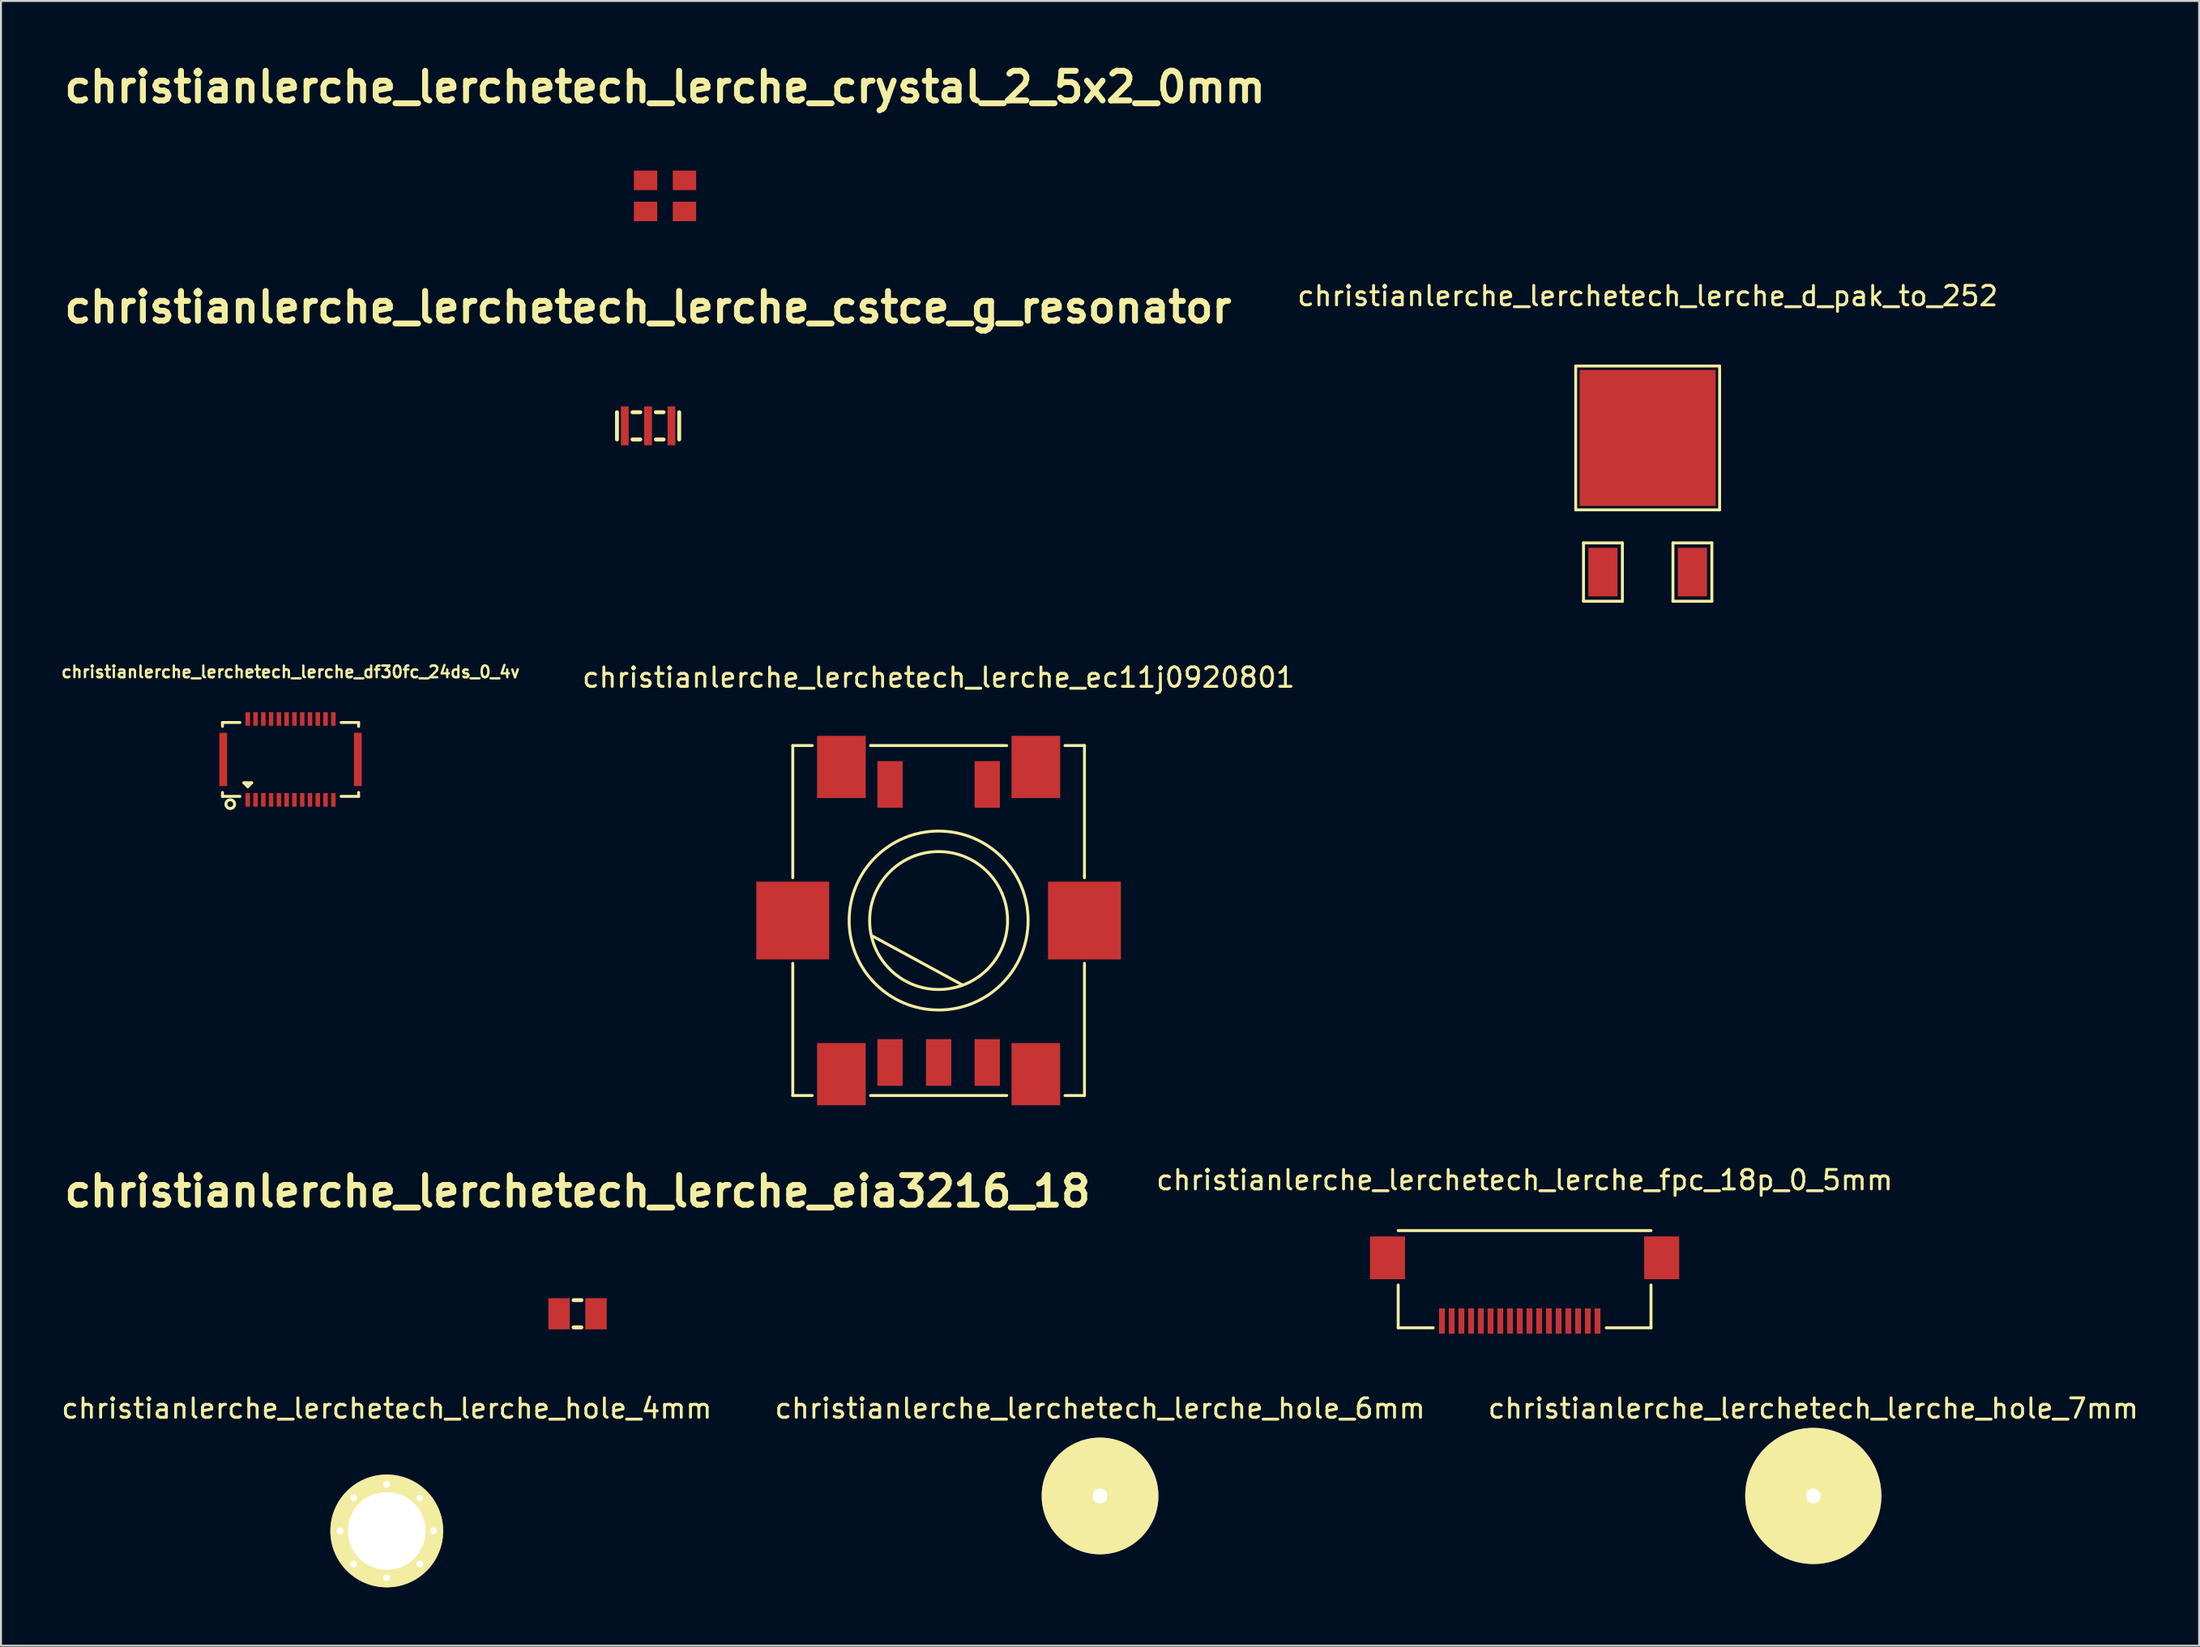
<source format=kicad_pcb>
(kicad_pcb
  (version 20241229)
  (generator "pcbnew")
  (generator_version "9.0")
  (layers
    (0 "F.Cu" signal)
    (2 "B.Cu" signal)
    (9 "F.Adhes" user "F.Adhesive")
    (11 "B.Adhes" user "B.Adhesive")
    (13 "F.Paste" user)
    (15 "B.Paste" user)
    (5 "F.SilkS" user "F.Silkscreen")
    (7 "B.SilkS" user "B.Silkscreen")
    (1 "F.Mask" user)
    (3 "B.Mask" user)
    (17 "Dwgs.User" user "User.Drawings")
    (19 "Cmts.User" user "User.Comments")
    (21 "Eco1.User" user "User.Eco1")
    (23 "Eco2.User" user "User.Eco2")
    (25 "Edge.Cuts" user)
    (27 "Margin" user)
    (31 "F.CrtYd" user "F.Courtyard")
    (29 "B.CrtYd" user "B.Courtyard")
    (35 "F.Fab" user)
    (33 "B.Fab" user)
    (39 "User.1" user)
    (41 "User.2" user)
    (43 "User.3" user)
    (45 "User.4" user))
  (footprint "christianlerche_lerchetech_lerche_hole_6mm"
    (layer "F.Cu")
    (at 53.518 73.894)
    (property "Reference" "christianlerche_lerchetech_lerche_hole_6mm" (at 0 -4.5 0) (layer "F.SilkS") (effects (font (size 1 1) (thickness 0.15))))
    (attr through_hole)
    (pad "" np_thru_hole circle (at 0 0) (size 6 6) (drill 0.762) (layers "*.Cu" "*.Mask" "F.SilkS")))
  (footprint "christianlerche_lerchetech_lerche_hole_4mm"
    (layer "F.Cu")
    (at 16.839 75.694)
    (property "Reference" "christianlerche_lerchetech_lerche_hole_4mm" (at 0 -6.3 0) (layer "F.SilkS") (effects (font (size 1 1) (thickness 0.15))))
    (attr through_hole)
    (pad "1" thru_hole circle (at 0 2.4) (size 0.65 0.65) (drill 0.35) (layers "*.Cu" "*.Mask" "F.SilkS"))
    (pad "2" thru_hole circle (at 2.4 0) (size 0.65 0.65) (drill 0.35) (layers "*.Cu" "*.Mask" "F.SilkS"))
    (pad "3" thru_hole circle (at 0 -2.4) (size 0.65 0.65) (drill 0.35) (layers "*.Cu" "*.Mask" "F.SilkS"))
    (pad "4" thru_hole circle (at -2.4 0) (size 0.65 0.65) (drill 0.35) (layers "*.Cu" "*.Mask" "F.SilkS"))
    (pad "5" thru_hole circle (at 1.7 -1.7) (size 0.65 0.65) (drill 0.35) (layers "*.Cu" "*.Mask" "F.SilkS"))
    (pad "6" thru_hole circle (at 1.7 1.7) (size 0.65 0.65) (drill 0.35) (layers "*.Cu" "*.Mask" "F.SilkS"))
    (pad "7" thru_hole circle (at -1.7 1.7) (size 0.65 0.65) (drill 0.35) (layers "*.Cu" "*.Mask" "F.SilkS"))
    (pad "8" thru_hole circle (at -1.7 -1.7) (size 0.65 0.65) (drill 0.35) (layers "*.Cu" "*.Mask" "F.SilkS"))
    (pad "HOLE" thru_hole circle (at 0 0) (size 5.8 5.8) (drill 4) (layers "*.Cu" "*.Mask" "F.SilkS")))
  (footprint "christianlerche_lerchetech_lerche_cstce_g_resonator"
    (layer "F.Cu")
    (at 30.277 18.853)
    (property "Reference" "christianlerche_lerchetech_lerche_cstce_g_resonator" (at 0 -6.1 0) (layer "F.SilkS") (effects (font (size 1.524 1.524) (thickness 0.305))))
    (attr through_hole)
    (fp_line (start -1.6 -0.7) (end -1.6 0.7) (stroke (width 0.2) (type solid)) (layer "F.SilkS"))
    (fp_line (start -0.4 -0.7) (end -0.8 -0.7) (stroke (width 0.2) (type solid)) (layer "F.SilkS"))
    (fp_line (start -0.4 0.7) (end -0.8 0.7) (stroke (width 0.2) (type solid)) (layer "F.SilkS"))
    (fp_line (start 0.8 -0.7) (end 0.4 -0.7) (stroke (width 0.2) (type solid)) (layer "F.SilkS"))
    (fp_line (start 0.8 0.7) (end 0.4 0.7) (stroke (width 0.2) (type solid)) (layer "F.SilkS"))
    (fp_line (start 1.6 -0.7) (end 1.6 0.7) (stroke (width 0.2) (type solid)) (layer "F.SilkS"))
    (pad "1" smd rect (at -1.2 0) (size 0.4 2) (layers "F.Cu" "F.Mask" "F.Paste"))
    (pad "2" smd rect (at 0 0) (size 0.4 2) (layers "F.Cu" "F.Mask" "F.Paste"))
    (pad "3" smd rect (at 1.2 0) (size 0.4 2) (layers "F.Cu" "F.Mask" "F.Paste")))
  (footprint "christianlerche_lerchetech_lerche_fpc_18p_0_5mm"
    (layer "F.Cu")
    (at 75.35 64.246)
    (property "Reference" "christianlerche_lerchetech_lerche_fpc_18p_0_5mm" (at 0 -6.6 0) (layer "F.SilkS") (effects (font (size 1 1) (thickness 0.15))))
    (attr through_hole)
    (fp_line (start -6.5 -4) (end 6.5 -4) (stroke (width 0.15) (type solid)) (layer "F.SilkS"))
    (fp_line (start -6.5 1) (end -6.5 -1.2) (stroke (width 0.15) (type solid)) (layer "F.SilkS"))
    (fp_line (start -4.7 1) (end -6.5 1) (stroke (width 0.15) (type solid)) (layer "F.SilkS"))
    (fp_line (start 6.5 -1.2) (end 6.5 1) (stroke (width 0.15) (type solid)) (layer "F.SilkS"))
    (fp_line (start 6.5 1) (end 4.2 1) (stroke (width 0.15) (type solid)) (layer "F.SilkS"))
    (pad "1" smd rect (at -4.25 0.65) (size 0.3 1.3) (layers "F.Cu" "F.Mask" "F.Paste"))
    (pad "2" smd rect (at -3.75 0.65) (size 0.3 1.3) (layers "F.Cu" "F.Mask" "F.Paste"))
    (pad "3" smd rect (at -3.25 0.65) (size 0.3 1.3) (layers "F.Cu" "F.Mask" "F.Paste"))
    (pad "4" smd rect (at -2.75 0.65) (size 0.3 1.3) (layers "F.Cu" "F.Mask" "F.Paste"))
    (pad "5" smd rect (at -2.25 0.65) (size 0.3 1.3) (layers "F.Cu" "F.Mask" "F.Paste"))
    (pad "6" smd rect (at -1.75 0.65) (size 0.3 1.3) (layers "F.Cu" "F.Mask" "F.Paste"))
    (pad "7" smd rect (at -1.25 0.65) (size 0.3 1.3) (layers "F.Cu" "F.Mask" "F.Paste"))
    (pad "8" smd rect (at -0.75 0.65) (size 0.3 1.3) (layers "F.Cu" "F.Mask" "F.Paste"))
    (pad "9" smd rect (at -0.25 0.65) (size 0.3 1.3) (layers "F.Cu" "F.Mask" "F.Paste"))
    (pad "10" smd rect (at 0.25 0.65) (size 0.3 1.3) (layers "F.Cu" "F.Mask" "F.Paste"))
    (pad "11" smd rect (at 0.75 0.65) (size 0.3 1.3) (layers "F.Cu" "F.Mask" "F.Paste"))
    (pad "12" smd rect (at 1.25 0.65) (size 0.3 1.3) (layers "F.Cu" "F.Mask" "F.Paste"))
    (pad "13" smd rect (at 1.75 0.65) (size 0.3 1.3) (layers "F.Cu" "F.Mask" "F.Paste"))
    (pad "14" smd rect (at 2.25 0.65) (size 0.3 1.3) (layers "F.Cu" "F.Mask" "F.Paste"))
    (pad "15" smd rect (at 2.75 0.65) (size 0.3 1.3) (layers "F.Cu" "F.Mask" "F.Paste"))
    (pad "16" smd rect (at 3.25 0.65) (size 0.3 1.3) (layers "F.Cu" "F.Mask" "F.Paste"))
    (pad "18" smd rect (at 3.75 0.65) (size 0.3 1.3) (layers "F.Cu" "F.Mask" "F.Paste"))
    (pad "SHIE" smd rect (at -7.05 -2.6) (size 1.8 2.2) (layers "F.Cu" "F.Mask" "F.Paste"))
    (pad "SHIE" smd rect (at 7.05 -2.6) (size 1.8 2.2) (layers "F.Cu" "F.Mask" "F.Paste")))
  (footprint "christianlerche_lerchetech_lerche_ec11j0920801"
    (layer "F.Cu")
    (at 45.217 44.298)
    (property "Reference" "christianlerche_lerchetech_lerche_ec11j0920801" (at 0 -12.5 0) (layer "F.SilkS") (effects (font (size 1 1) (thickness 0.15))))
    (attr through_hole)
    (fp_line (start -7.5 -9) (end -7.5 -2.2) (stroke (width 0.15) (type solid)) (layer "F.SilkS"))
    (fp_line (start -7.5 9) (end -7.5 2.2) (stroke (width 0.15) (type solid)) (layer "F.SilkS"))
    (fp_line (start -6.5 -9) (end -7.5 -9) (stroke (width 0.15) (type solid)) (layer "F.SilkS"))
    (fp_line (start -6.5 9) (end -7.5 9) (stroke (width 0.15) (type solid)) (layer "F.SilkS"))
    (fp_line (start -3.5 -9) (end 3.5 -9) (stroke (width 0.15) (type solid)) (layer "F.SilkS"))
    (fp_line (start -3.5 9) (end 3.5 9) (stroke (width 0.15) (type solid)) (layer "F.SilkS"))
    (fp_line (start -3.4 0.8) (end 1.2 3.3) (stroke (width 0.15) (type solid)) (layer "F.SilkS"))
    (fp_line (start 6.5 -9) (end 7.5 -9) (stroke (width 0.15) (type solid)) (layer "F.SilkS"))
    (fp_line (start 7.5 -9) (end 7.5 -2.3) (stroke (width 0.15) (type solid)) (layer "F.SilkS"))
    (fp_line (start 7.5 -2.3) (end 7.5 -2.2) (stroke (width 0.15) (type solid)) (layer "F.SilkS"))
    (fp_line (start 7.5 2.2) (end 7.5 9) (stroke (width 0.15) (type solid)) (layer "F.SilkS"))
    (fp_line (start 7.5 9) (end 6.5 9) (stroke (width 0.15) (type solid)) (layer "F.SilkS"))
    (fp_circle (center 0 0) (end 2.3 2.7) (stroke (width 0.15) (type solid)) (fill no) (layer "F.SilkS"))
    (fp_circle (center 0 0) (end 3.1 3.4) (stroke (width 0.15) (type solid)) (fill no) (layer "F.SilkS"))
    (pad "" smd rect (at -7.5 0) (size 3.75 4) (layers "F.Cu" "F.Mask" "F.Paste"))
    (pad "" smd rect (at -5 -7.9) (size 2.5 3.2) (layers "F.Cu" "F.Mask" "F.Paste"))
    (pad "" smd rect (at -5 7.9) (size 2.5 3.2) (layers "F.Cu" "F.Mask" "F.Paste"))
    (pad "" smd rect (at 5 -7.9) (size 2.5 3.2) (layers "F.Cu" "F.Mask" "F.Paste"))
    (pad "" smd rect (at 5 7.9) (size 2.5 3.2) (layers "F.Cu" "F.Mask" "F.Paste"))
    (pad "" smd rect (at 7.5 0) (size 3.75 4) (layers "F.Cu" "F.Mask" "F.Paste"))
    (pad "A" smd rect (at -2.5 7.3) (size 1.3 2.4) (layers "F.Cu" "F.Mask" "F.Paste"))
    (pad "B" smd rect (at 2.5 7.3) (size 1.3 2.4) (layers "F.Cu" "F.Mask" "F.Paste"))
    (pad "C" smd rect (at 0 7.3) (size 1.3 2.4) (layers "F.Cu" "F.Mask" "F.Paste"))
    (pad "D" smd rect (at -2.5 -7) (size 1.3 2.4) (layers "F.Cu" "F.Mask" "F.Paste"))
    (pad "E" smd rect (at 2.5 -7) (size 1.3 2.4) (layers "F.Cu" "F.Mask" "F.Paste")))
  (footprint "christianlerche_lerchetech_lerche_df30fc_24ds_0_4v"
    (layer "F.Cu")
    (at 11.891 36.011)
    (property "Reference" "christianlerche_lerchetech_lerche_df30fc_24ds_0_4v" (at 0 -4.5 0) (layer "F.SilkS") (effects (font (size 0.6 0.6) (thickness 0.12))))
    (attr through_hole)
    (fp_line (start -3.5 -1.9) (end -3.5 -1.7) (stroke (width 0.15) (type solid)) (layer "F.SilkS"))
    (fp_line (start -3.5 -1.9) (end -2.6 -1.9) (stroke (width 0.15) (type solid)) (layer "F.SilkS"))
    (fp_line (start -3.5 1.7) (end -3.5 1.9) (stroke (width 0.15) (type solid)) (layer "F.SilkS"))
    (fp_line (start -3.5 1.9) (end -2.6 1.9) (stroke (width 0.15) (type solid)) (layer "F.SilkS"))
    (fp_line (start -2.4 1.2) (end -2 1.2) (stroke (width 0.15) (type solid)) (layer "F.SilkS"))
    (fp_line (start -2.2 1.4) (end -2.4 1.2) (stroke (width 0.15) (type solid)) (layer "F.SilkS"))
    (fp_line (start -2 1.2) (end -2.2 1.4) (stroke (width 0.15) (type solid)) (layer "F.SilkS"))
    (fp_line (start 2.6 -1.9) (end 3.5 -1.9) (stroke (width 0.15) (type solid)) (layer "F.SilkS"))
    (fp_line (start 3.5 -1.9) (end 3.5 -1.7) (stroke (width 0.15) (type solid)) (layer "F.SilkS"))
    (fp_line (start 3.5 1.7) (end 3.5 1.9) (stroke (width 0.15) (type solid)) (layer "F.SilkS"))
    (fp_line (start 3.5 1.9) (end 2.6 1.9) (stroke (width 0.15) (type solid)) (layer "F.SilkS"))
    (fp_circle (center -3.1 2.3) (end -3 2.5) (stroke (width 0.15) (type solid)) (fill no) (layer "F.SilkS"))
    (pad "1" smd rect (at -2.2 2.08) (size 0.23 0.7) (layers "F.Cu" "F.Mask" "F.Paste"))
    (pad "2" smd rect (at -2.2 -2.08) (size 0.23 0.7) (layers "F.Cu" "F.Mask" "F.Paste"))
    (pad "3" smd rect (at -1.8 2.08) (size 0.23 0.7) (layers "F.Cu" "F.Mask" "F.Paste"))
    (pad "4" smd rect (at -1.8 -2.08) (size 0.23 0.7) (layers "F.Cu" "F.Mask" "F.Paste"))
    (pad "5" smd rect (at -1.4 2.08) (size 0.23 0.7) (layers "F.Cu" "F.Mask" "F.Paste"))
    (pad "6" smd rect (at -1.4 -2.08) (size 0.23 0.7) (layers "F.Cu" "F.Mask" "F.Paste"))
    (pad "7" smd rect (at -1 2.08) (size 0.23 0.7) (layers "F.Cu" "F.Mask" "F.Paste"))
    (pad "8" smd rect (at -1 -2.08) (size 0.23 0.7) (layers "F.Cu" "F.Mask" "F.Paste"))
    (pad "9" smd rect (at -0.6 2.08) (size 0.23 0.7) (layers "F.Cu" "F.Mask" "F.Paste"))
    (pad "10" smd rect (at -0.6 -2.08) (size 0.23 0.7) (layers "F.Cu" "F.Mask" "F.Paste"))
    (pad "11" smd rect (at -0.2 2.08) (size 0.23 0.7) (layers "F.Cu" "F.Mask" "F.Paste"))
    (pad "12" smd rect (at -0.2 -2.08) (size 0.23 0.7) (layers "F.Cu" "F.Mask" "F.Paste"))
    (pad "13" smd rect (at 0.2 2.08) (size 0.23 0.7) (layers "F.Cu" "F.Mask" "F.Paste"))
    (pad "14" smd rect (at 0.2 -2.08) (size 0.23 0.7) (layers "F.Cu" "F.Mask" "F.Paste"))
    (pad "15" smd rect (at 0.6 2.08) (size 0.23 0.7) (layers "F.Cu" "F.Mask" "F.Paste"))
    (pad "16" smd rect (at 0.6 -2.08) (size 0.23 0.7) (layers "F.Cu" "F.Mask" "F.Paste"))
    (pad "17" smd rect (at 1 2.08) (size 0.23 0.7) (layers "F.Cu" "F.Mask" "F.Paste"))
    (pad "18" smd rect (at 1 -2.08) (size 0.23 0.7) (layers "F.Cu" "F.Mask" "F.Paste"))
    (pad "19" smd rect (at 1.4 2.08) (size 0.23 0.7) (layers "F.Cu" "F.Mask" "F.Paste"))
    (pad "20" smd rect (at 1.4 -2.08) (size 0.23 0.7) (layers "F.Cu" "F.Mask" "F.Paste"))
    (pad "21" smd rect (at 1.8 2.08) (size 0.23 0.7) (layers "F.Cu" "F.Mask" "F.Paste"))
    (pad "22" smd rect (at 1.8 -2.08) (size 0.23 0.7) (layers "F.Cu" "F.Mask" "F.Paste"))
    (pad "23" smd rect (at 2.2 2.08) (size 0.23 0.7) (layers "F.Cu" "F.Mask" "F.Paste"))
    (pad "24" smd rect (at 2.2 -2.08) (size 0.23 0.7) (layers "F.Cu" "F.Mask" "F.Paste"))
    (pad "SHIE" smd rect (at -3.46 0) (size 0.4 2.74) (layers "F.Cu" "F.Mask" "F.Paste"))
    (pad "SHIE" smd rect (at 3.46 0) (size 0.4 2.74) (layers "F.Cu" "F.Mask" "F.Paste")))
  (footprint "christianlerche_lerchetech_lerche_d_pak_to_252"
    (layer "F.Cu")
    (at 81.679 19.475)
    (property "Reference" "christianlerche_lerchetech_lerche_d_pak_to_252" (at 0 -7.3 0) (layer "F.SilkS") (effects (font (size 1 1) (thickness 0.15))))
    (attr through_hole)
    (fp_line (start -3.7 -3.7) (end -3.7 3.7) (stroke (width 0.15) (type solid)) (layer "F.SilkS"))
    (fp_line (start -3.7 3.7) (end 3.7 3.7) (stroke (width 0.15) (type solid)) (layer "F.SilkS"))
    (fp_line (start -3.3 5.4) (end -1.3 5.4) (stroke (width 0.15) (type solid)) (layer "F.SilkS"))
    (fp_line (start -3.3 8.4) (end -3.3 5.4) (stroke (width 0.15) (type solid)) (layer "F.SilkS"))
    (fp_line (start -1.3 5.4) (end -1.3 8.4) (stroke (width 0.15) (type solid)) (layer "F.SilkS"))
    (fp_line (start -1.3 8.4) (end -3.3 8.4) (stroke (width 0.15) (type solid)) (layer "F.SilkS"))
    (fp_line (start 1.3 5.4) (end 1.3 8.4) (stroke (width 0.15) (type solid)) (layer "F.SilkS"))
    (fp_line (start 1.3 8.4) (end 3.3 8.4) (stroke (width 0.15) (type solid)) (layer "F.SilkS"))
    (fp_line (start 3.3 5.4) (end 1.3 5.4) (stroke (width 0.15) (type solid)) (layer "F.SilkS"))
    (fp_line (start 3.3 8.4) (end 3.3 5.4) (stroke (width 0.15) (type solid)) (layer "F.SilkS"))
    (fp_line (start 3.7 -3.7) (end -3.7 -3.7) (stroke (width 0.15) (type solid)) (layer "F.SilkS"))
    (fp_line (start 3.7 3.7) (end 3.7 -3.7) (stroke (width 0.15) (type solid)) (layer "F.SilkS"))
    (pad "1" smd rect (at -2.3 6.9) (size 1.5 2.5) (layers "F.Cu" "F.Mask" "F.Paste"))
    (pad "2" smd rect (at 0 0) (size 7 7) (layers "F.Cu" "F.Mask" "F.Paste"))
    (pad "3" smd rect (at 2.3 6.9) (size 1.5 2.5) (layers "F.Cu" "F.Mask" "F.Paste")))
  (footprint "christianlerche_lerchetech_lerche_crystal_2_5x2_0mm"
    (layer "F.Cu")
    (at 31.148 7.026)
    (property "Reference" "christianlerche_lerchetech_lerche_crystal_2_5x2_0mm" (at 0 -5.6 0) (layer "F.SilkS") (effects (font (size 1.524 1.524) (thickness 0.305))))
    (attr through_hole)
    (pad "1" smd rect (at -1 0.8) (size 1.2 1) (layers "F.Cu" "F.Mask" "F.Paste"))
    (pad "2" smd rect (at 1 -0.8) (size 1.2 1) (layers "F.Cu" "F.Mask" "F.Paste"))
    (pad "NC" smd rect (at -1 -0.8) (size 1.2 1) (layers "F.Cu" "F.Mask" "F.Paste"))
    (pad "NC" smd rect (at 1 0.8) (size 1.2 1) (layers "F.Cu" "F.Mask" "F.Paste")))
  (footprint "christianlerche_lerchetech_lerche_hole_7mm"
    (layer "F.Cu")
    (at 90.196 73.894)
    (property "Reference" "christianlerche_lerchetech_lerche_hole_7mm" (at 0 -4.5 0) (layer "F.SilkS") (effects (font (size 1 1) (thickness 0.15))))
    (attr through_hole)
    (pad "" np_thru_hole circle (at 0 0) (size 7 7) (drill 0.762) (layers "*.Cu" "*.Mask" "F.SilkS")))
  (footprint "christianlerche_lerchetech_lerche_eia3216_18"
    (layer "F.Cu")
    (at 26.648 64.524)
    (property "Reference" "christianlerche_lerchetech_lerche_eia3216_18" (at 0 -6.299 0) (layer "F.SilkS") (effects (font (size 1.524 1.524) (thickness 0.305))))
    (attr through_hole)
    (fp_line (start -0.201 -0.701) (end 0.201 -0.701) (stroke (width 0.201) (type solid)) (layer "F.SilkS"))
    (fp_line (start -0.201 0.701) (end 0.201 0.701) (stroke (width 0.201) (type solid)) (layer "F.SilkS"))
    (pad "1" smd rect (at -0.95 0) (size 1.1 1.6) (layers "F.Cu" "F.Mask" "F.Paste"))
    (pad "2" smd rect (at 0.95 0) (size 1.1 1.6) (layers "F.Cu" "F.Mask" "F.Paste")))
  (gr_rect
    (start -3 -3)
    (end 110.036 81.594)
    (stroke (width 0.1) (type default))
    (fill no)
    (layer "Edge.Cuts")))
</source>
